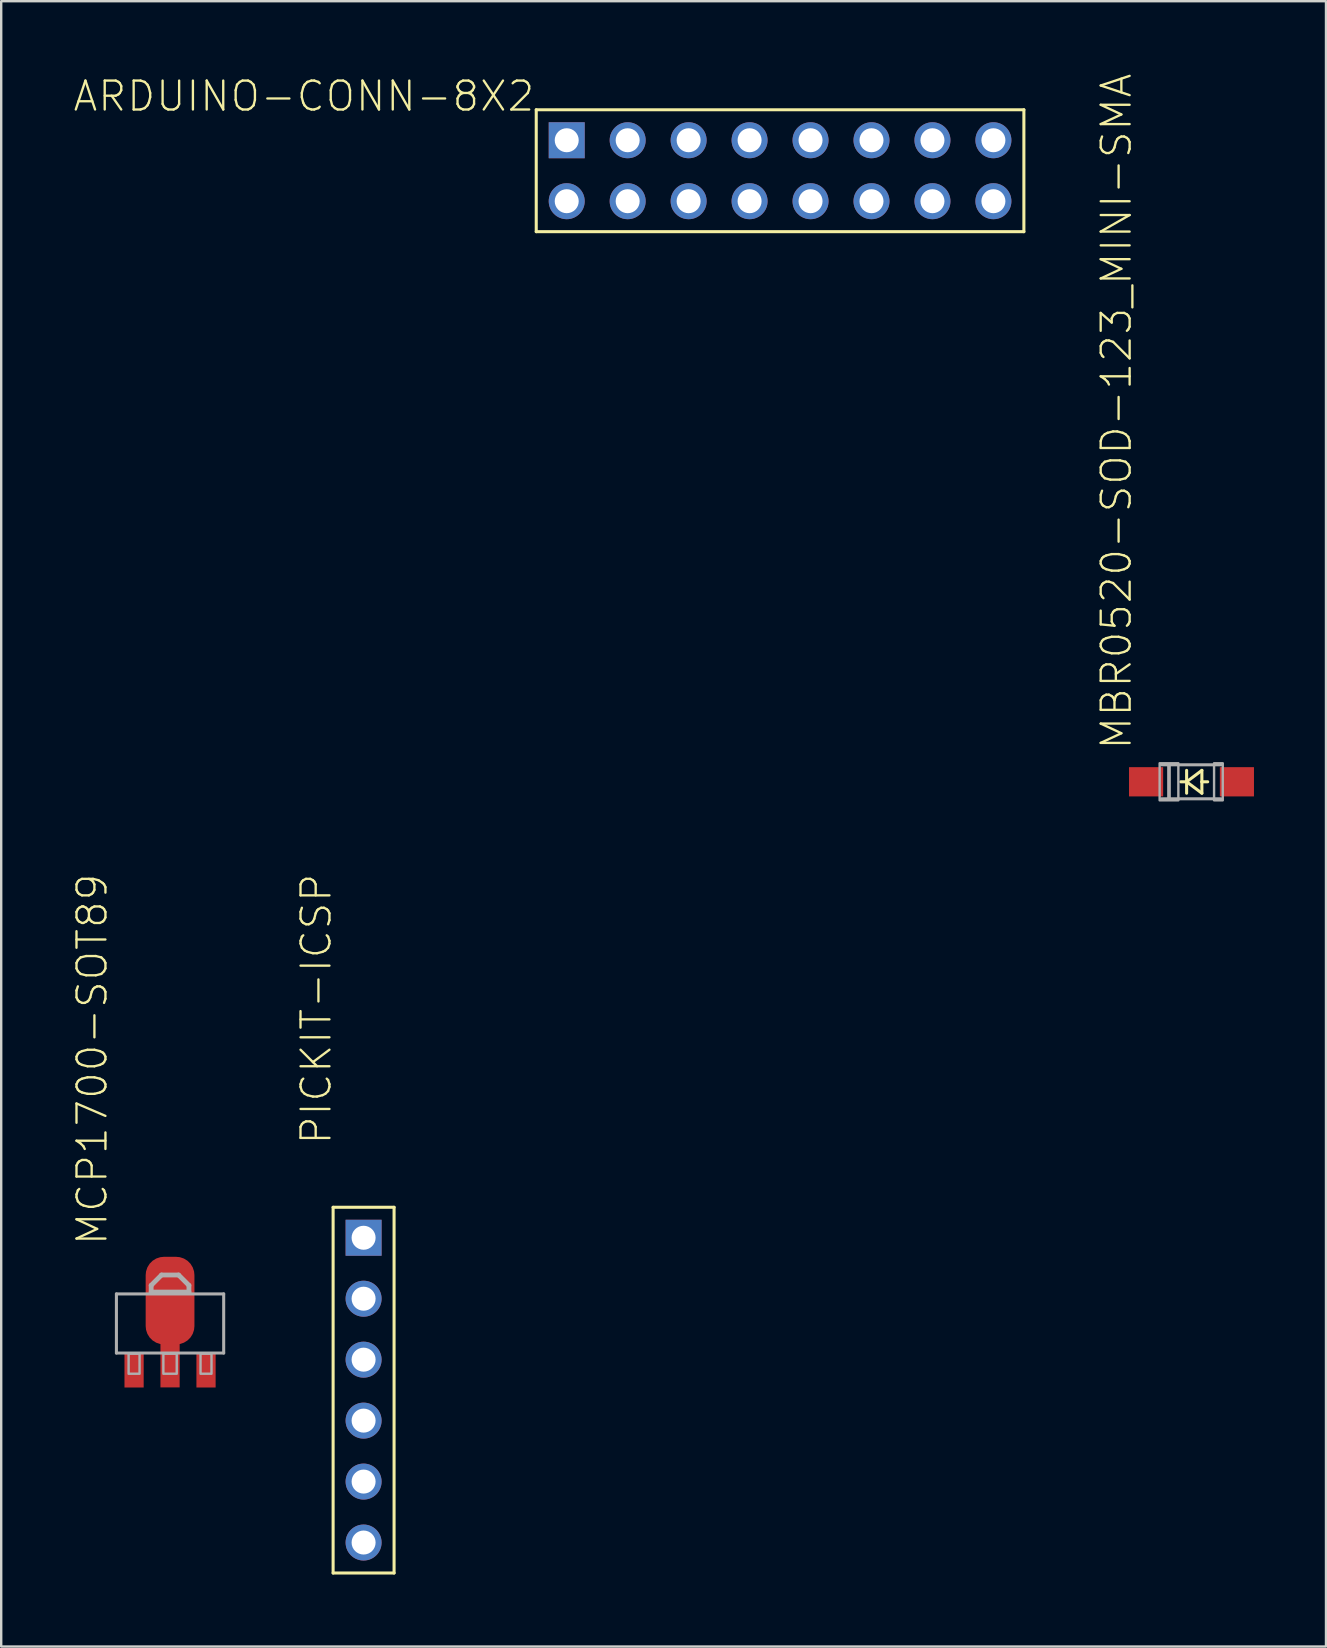
<source format=kicad_pcb>
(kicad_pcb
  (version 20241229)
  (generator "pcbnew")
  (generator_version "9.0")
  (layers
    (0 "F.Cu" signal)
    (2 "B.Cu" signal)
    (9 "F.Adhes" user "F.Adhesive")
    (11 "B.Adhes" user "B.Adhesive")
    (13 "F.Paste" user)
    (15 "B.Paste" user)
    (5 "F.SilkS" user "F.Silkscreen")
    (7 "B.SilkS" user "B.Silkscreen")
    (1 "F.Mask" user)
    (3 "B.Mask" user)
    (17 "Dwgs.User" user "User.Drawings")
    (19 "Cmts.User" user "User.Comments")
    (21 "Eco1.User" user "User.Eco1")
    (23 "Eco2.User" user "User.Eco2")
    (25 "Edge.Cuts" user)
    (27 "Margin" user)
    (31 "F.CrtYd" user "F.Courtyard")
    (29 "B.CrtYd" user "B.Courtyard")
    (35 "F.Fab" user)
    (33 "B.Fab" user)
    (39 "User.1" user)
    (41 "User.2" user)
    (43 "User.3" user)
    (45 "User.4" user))
  (footprint "PICKIT-ICSP"
    (layer "F.Cu")
    (at 12.101 48.527)
    (property "Reference" "PICKIT-ICSP" (at -1.27 -3.81 270) (layer "F.SilkS") (effects (font (size 1.206 1.206) (thickness 0.097)) (justify left bottom)))
    (attr through_hole)
    (fp_line (start -1.27 -1.27) (end -1.27 13.97) (stroke (width 0.127) (type solid)) (layer "F.SilkS"))
    (fp_line (start -1.27 13.97) (end 1.27 13.97) (stroke (width 0.127) (type solid)) (layer "F.SilkS"))
    (fp_line (start 1.27 -1.27) (end -1.27 -1.27) (stroke (width 0.127) (type solid)) (layer "F.SilkS"))
    (fp_line (start 1.27 13.97) (end 1.27 -1.27) (stroke (width 0.127) (type solid)) (layer "F.SilkS"))
    (pad "P$1" thru_hole rect (at 0 0) (size 1.5 1.5) (drill 1) (layers "*.Cu" "*.Mask"))
    (pad "P$2" thru_hole circle (at 0 2.54) (size 1.5 1.5) (drill 1) (layers "*.Cu" "*.Mask"))
    (pad "P$3" thru_hole circle (at 0 5.08) (size 1.5 1.5) (drill 1) (layers "*.Cu" "*.Mask"))
    (pad "P$4" thru_hole circle (at 0 7.62) (size 1.5 1.5) (drill 1) (layers "*.Cu" "*.Mask"))
    (pad "P$5" thru_hole circle (at 0 10.16) (size 1.5 1.5) (drill 1) (layers "*.Cu" "*.Mask"))
    (pad "P$6" thru_hole circle (at 0 12.7) (size 1.5 1.5) (drill 1) (layers "*.Cu" "*.Mask")))
  (footprint "MCP1700-SOT89"
    (layer "F.Cu")
    (at 4.036 52.086)
    (property "Reference" "MCP1700-SOT89" (at -2.54 -3.175 270) (layer "F.SilkS") (effects (font (size 1.206 1.206) (thickness 0.097)) (justify left bottom)))
    (attr through_hole)
    (fp_poly (pts (xy -0.5 2.78) (xy 0.5 2.78) (xy 0.5 1.18) (xy -0.5 1.18)) (stroke (width 0) (type solid)) (fill yes) (layer "F.Mask"))
    (fp_poly (pts (xy -0.4 2.68) (xy 0.4 2.68) (xy 0.4 1.28) (xy -0.4 1.28)) (stroke (width 0) (type solid)) (fill yes) (layer "F.Paste"))
    (fp_line (start -2.235 -1.219) (end 2.235 -1.219) (stroke (width 0.127) (type solid)) (layer "F.Fab"))
    (fp_line (start -2.235 1.245) (end -2.235 -1.219) (stroke (width 0.127) (type solid)) (layer "F.Fab"))
    (fp_line (start -0.787 -1.575) (end -0.356 -2.007) (stroke (width 0.2) (type solid)) (layer "F.Fab"))
    (fp_line (start -0.787 -1.295) (end -0.787 -1.575) (stroke (width 0.2) (type solid)) (layer "F.Fab"))
    (fp_line (start -0.356 -2.007) (end 0.356 -2.007) (stroke (width 0.2) (type solid)) (layer "F.Fab"))
    (fp_line (start 0.356 -2.007) (end 0.787 -1.575) (stroke (width 0.2) (type solid)) (layer "F.Fab"))
    (fp_line (start 0.787 -1.575) (end 0.787 -1.295) (stroke (width 0.2) (type solid)) (layer "F.Fab"))
    (fp_line (start 0.787 -1.295) (end -0.787 -1.295) (stroke (width 0.2) (type solid)) (layer "F.Fab"))
    (fp_line (start 2.235 -1.219) (end 2.235 1.245) (stroke (width 0.127) (type solid)) (layer "F.Fab"))
    (fp_line (start 2.235 1.245) (end -2.235 1.245) (stroke (width 0.127) (type solid)) (layer "F.Fab"))
    (fp_poly (pts (xy -1.727 2.108) (xy -1.27 2.108) (xy -1.27 1.27) (xy -1.727 1.27)) (stroke (width 0.1) (type solid)) (fill no) (layer "F.Fab"))
    (fp_poly (pts (xy -0.279 2.108) (xy 0.279 2.108) (xy 0.279 1.27) (xy -0.279 1.27)) (stroke (width 0.1) (type solid)) (fill no) (layer "F.Fab"))
    (fp_poly (pts (xy 1.27 2.108) (xy 1.727 2.108) (xy 1.727 1.27) (xy 1.27 1.27)) (stroke (width 0.1) (type solid)) (fill no) (layer "F.Fab"))
    (fp_poly (pts (xy -0.787 -1.321) (xy -0.787 -1.575) (xy -0.356 -2.007) (xy 0.305 -2.007) (xy 0.356 -2.007) (xy 0.787 -1.575) (xy 0.787 -1.295) (xy -0.787 -1.295)) (stroke (width 0.1) (type solid)) (fill no) (layer "F.Fab"))
    (pad "1" smd rect (at -1.499 1.981) (size 0.8 1.4) (layers "F.Cu" "F.Mask" "F.Paste"))
    (pad "2" smd rect (at 0 1.727) (size 0.8 1.9) (layers "F.Cu" "F.Mask"))
    (pad "2@1" smd roundrect (at 0 -0.94) (size 2.032 3.65) (layers "F.Cu" "F.Mask" "F.Paste") (roundrect_rratio 0.375))
    (pad "3" smd rect (at 1.499 1.981) (size 0.8 1.4) (layers "F.Cu" "F.Mask" "F.Paste")))
  (footprint "MBR0520-SOD-123_MINI-SMA"
    (layer "F.Cu")
    (at 46.714 29.527)
    (property "Reference" "MBR0520-SOD-123_MINI-SMA" (at -2.54 -1.27 270) (layer "F.SilkS") (effects (font (size 1.206 1.206) (thickness 0.097)) (justify left bottom)))
    (attr through_hole)
    (fp_line (start -0.318 0) (end -0.561 0) (stroke (width 0.127) (type solid)) (layer "F.SilkS"))
    (fp_line (start -0.318 0) (end -0.318 -0.476) (stroke (width 0.127) (type solid)) (layer "F.SilkS"))
    (fp_line (start -0.318 0) (end -0.318 0.476) (stroke (width 0.127) (type solid)) (layer "F.SilkS"))
    (fp_line (start -0.318 0) (end 0.318 0.476) (stroke (width 0.127) (type solid)) (layer "F.SilkS"))
    (fp_line (start 0.318 -0.476) (end -0.318 0) (stroke (width 0.127) (type solid)) (layer "F.SilkS"))
    (fp_line (start 0.318 0) (end 0.318 -0.476) (stroke (width 0.127) (type solid)) (layer "F.SilkS"))
    (fp_line (start 0.318 0) (end 0.561 0) (stroke (width 0.127) (type solid)) (layer "F.SilkS"))
    (fp_line (start 0.318 0.476) (end 0.318 0) (stroke (width 0.127) (type solid)) (layer "F.SilkS"))
    (fp_line (start -1.365 -0.708) (end 1.111 -0.708) (stroke (width 0.127) (type solid)) (layer "F.Fab"))
    (fp_line (start -1.365 0.708) (end 1.111 0.708) (stroke (width 0.127) (type solid)) (layer "F.Fab"))
    (fp_poly (pts (xy -1.442 0.773) (xy -1.079 0.773) (xy -1.079 -0.773) (xy -1.442 -0.773)) (stroke (width 0.1) (type solid)) (fill no) (layer "F.Fab"))
    (fp_poly (pts (xy -1.025 0.773) (xy -0.662 0.773) (xy -0.662 -0.773) (xy -1.025 -0.773)) (stroke (width 0.1) (type solid)) (fill no) (layer "F.Fab"))
    (fp_poly (pts (xy 0.826 0.773) (xy 1.188 0.773) (xy 1.188 -0.773) (xy 0.826 -0.773)) (stroke (width 0.1) (type solid)) (fill no) (layer "F.Fab"))
    (pad "A" smd rect (at 1.778 0 180) (size 1.422 1.219) (layers "F.Cu" "F.Mask" "F.Paste"))
    (pad "C" smd rect (at -2.007 0 180) (size 1.422 1.219) (layers "F.Cu" "F.Mask" "F.Paste")))
  (footprint "ARDUINO-CONN-8X2"
    (layer "F.Cu")
    (at 20.565 2.794)
    (property "Reference" "ARDUINO-CONN-8X2" (at -1.27 -2.54 180) (layer "F.SilkS") (effects (font (size 1.206 1.206) (thickness 0.097)) (justify right top)))
    (attr through_hole)
    (fp_line (start -1.27 -1.27) (end -1.27 3.81) (stroke (width 0.127) (type solid)) (layer "F.SilkS"))
    (fp_line (start -1.27 3.81) (end 19.05 3.81) (stroke (width 0.127) (type solid)) (layer "F.SilkS"))
    (fp_line (start 19.05 -1.27) (end -1.27 -1.27) (stroke (width 0.127) (type solid)) (layer "F.SilkS"))
    (fp_line (start 19.05 -1.27) (end 19.05 3.81) (stroke (width 0.127) (type solid)) (layer "F.SilkS"))
    (pad "P$1" thru_hole rect (at 0 0) (size 1.5 1.5) (drill 1) (layers "*.Cu" "*.Mask"))
    (pad "P$2" thru_hole circle (at 0 2.54) (size 1.5 1.5) (drill 1) (layers "*.Cu" "*.Mask"))
    (pad "P$3" thru_hole circle (at 2.54 0) (size 1.5 1.5) (drill 1) (layers "*.Cu" "*.Mask"))
    (pad "P$4" thru_hole circle (at 2.54 2.54) (size 1.5 1.5) (drill 1) (layers "*.Cu" "*.Mask"))
    (pad "P$5" thru_hole circle (at 5.08 0) (size 1.5 1.5) (drill 1) (layers "*.Cu" "*.Mask"))
    (pad "P$6" thru_hole circle (at 5.08 2.54) (size 1.5 1.5) (drill 1) (layers "*.Cu" "*.Mask"))
    (pad "P$7" thru_hole circle (at 7.62 0) (size 1.5 1.5) (drill 1) (layers "*.Cu" "*.Mask"))
    (pad "P$8" thru_hole circle (at 7.62 2.54) (size 1.5 1.5) (drill 1) (layers "*.Cu" "*.Mask"))
    (pad "P$9" thru_hole circle (at 10.16 0) (size 1.5 1.5) (drill 1) (layers "*.Cu" "*.Mask"))
    (pad "P$10" thru_hole circle (at 10.16 2.54) (size 1.5 1.5) (drill 1) (layers "*.Cu" "*.Mask"))
    (pad "P$11" thru_hole circle (at 12.7 0) (size 1.5 1.5) (drill 1) (layers "*.Cu" "*.Mask"))
    (pad "P$12" thru_hole circle (at 12.7 2.54) (size 1.5 1.5) (drill 1) (layers "*.Cu" "*.Mask"))
    (pad "P$13" thru_hole circle (at 15.24 0) (size 1.5 1.5) (drill 1) (layers "*.Cu" "*.Mask"))
    (pad "P$14" thru_hole circle (at 15.24 2.54) (size 1.5 1.5) (drill 1) (layers "*.Cu" "*.Mask"))
    (pad "P$15" thru_hole circle (at 17.78 0) (size 1.5 1.5) (drill 1) (layers "*.Cu" "*.Mask"))
    (pad "P$16" thru_hole circle (at 17.78 2.54) (size 1.5 1.5) (drill 1) (layers "*.Cu" "*.Mask")))
  (gr_rect
    (start -3 -3)
    (end 52.204 65.56)
    (stroke (width 0.1) (type default))
    (fill no)
    (layer "Edge.Cuts")))
</source>
